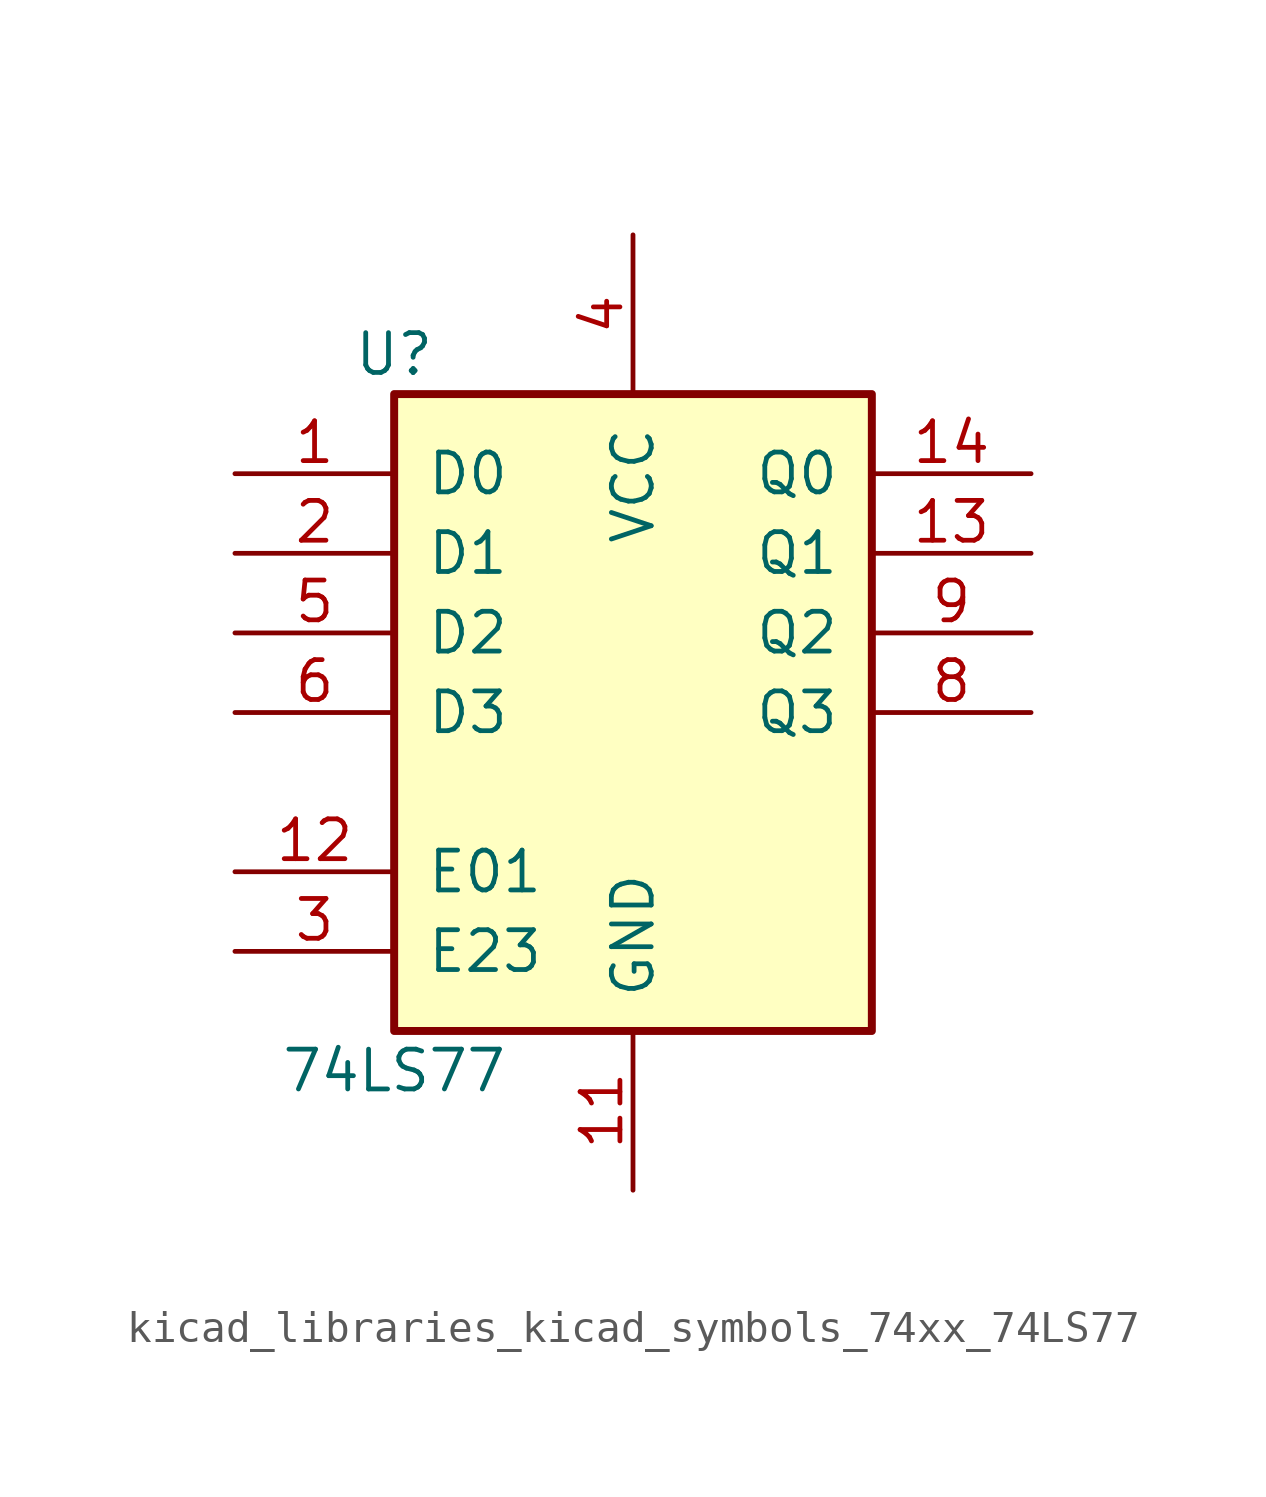
<source format=kicad_sym>
(kicad_symbol_lib
  (version 20220914)
  (generator kicad_symbol_editor)
  (symbol "kicad_libraries_kicad_symbols_74xx_74LS77"
    (pin_names
      (offset 1.016))
    (property "Reference" "U"
      (at -7.62 11.43 0)
      (effects (font (size 1.27 1.27))))
    (property "Value" "74LS77"
      (at -7.62 -11.43 0)
      (effects (font (size 1.27 1.27))))
    (property "ki_locked" ""
      (at 0 0 0)
      (effects (font (size 1.27 1.27))))
    (symbol "kicad_libraries_kicad_symbols_74xx_74LS77_1_0"
      (pin input line (at -12.7 7.62 0) (length 5.08) (name "D0" (effects (font (size 1.27 1.27)))) (number "1" (effects (font (size 1.27 1.27)))))
      (pin power_in line (at 0 -15.24 90) (length 5.08) (name "GND" (effects (font (size 1.27 1.27)))) (number "11" (effects (font (size 1.27 1.27)))))
      (pin input line (at -12.7 -5.08 0) (length 5.08) (name "E01" (effects (font (size 1.27 1.27)))) (number "12" (effects (font (size 1.27 1.27)))))
      (pin output line (at 12.7 5.08 180) (length 5.08) (name "Q1" (effects (font (size 1.27 1.27)))) (number "13" (effects (font (size 1.27 1.27)))))
      (pin output line (at 12.7 7.62 180) (length 5.08) (name "Q0" (effects (font (size 1.27 1.27)))) (number "14" (effects (font (size 1.27 1.27)))))
      (pin input line (at -12.7 5.08 0) (length 5.08) (name "D1" (effects (font (size 1.27 1.27)))) (number "2" (effects (font (size 1.27 1.27)))))
      (pin input line (at -12.7 -7.62 0) (length 5.08) (name "E23" (effects (font (size 1.27 1.27)))) (number "3" (effects (font (size 1.27 1.27)))))
      (pin power_in line (at 0 15.24 270) (length 5.08) (name "VCC" (effects (font (size 1.27 1.27)))) (number "4" (effects (font (size 1.27 1.27)))))
      (pin input line (at -12.7 2.54 0) (length 5.08) (name "D2" (effects (font (size 1.27 1.27)))) (number "5" (effects (font (size 1.27 1.27)))))
      (pin input line (at -12.7 0 0) (length 5.08) (name "D3" (effects (font (size 1.27 1.27)))) (number "6" (effects (font (size 1.27 1.27)))))
      (pin output line (at 12.7 0 180) (length 5.08) (name "Q3" (effects (font (size 1.27 1.27)))) (number "8" (effects (font (size 1.27 1.27)))))
      (pin output line (at 12.7 2.54 180) (length 5.08) (name "Q2" (effects (font (size 1.27 1.27)))) (number "9" (effects (font (size 1.27 1.27))))))
    (symbol "kicad_libraries_kicad_symbols_74xx_74LS77_1_1"
      (rectangle (start -7.62 10.16) (end 7.62 -10.16) (stroke (width 0.254) (type default)) (fill (type background))))))
</source>
